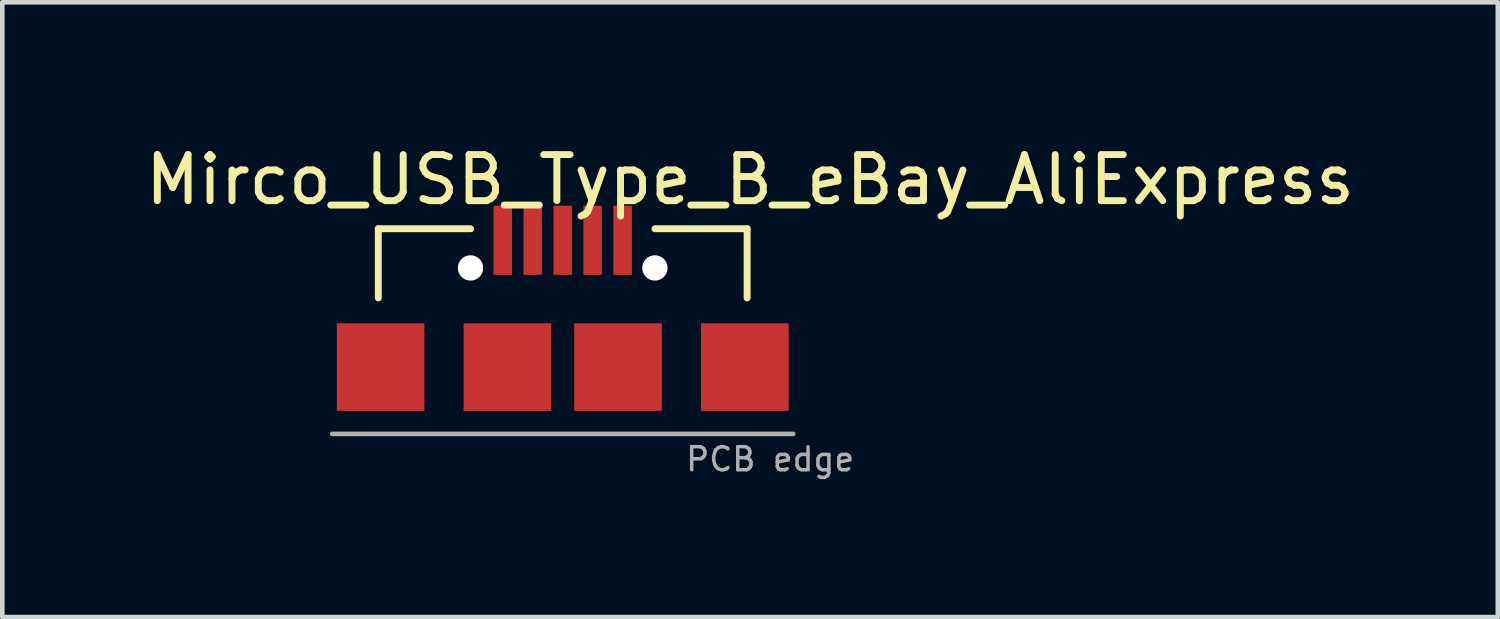
<source format=kicad_pcb>
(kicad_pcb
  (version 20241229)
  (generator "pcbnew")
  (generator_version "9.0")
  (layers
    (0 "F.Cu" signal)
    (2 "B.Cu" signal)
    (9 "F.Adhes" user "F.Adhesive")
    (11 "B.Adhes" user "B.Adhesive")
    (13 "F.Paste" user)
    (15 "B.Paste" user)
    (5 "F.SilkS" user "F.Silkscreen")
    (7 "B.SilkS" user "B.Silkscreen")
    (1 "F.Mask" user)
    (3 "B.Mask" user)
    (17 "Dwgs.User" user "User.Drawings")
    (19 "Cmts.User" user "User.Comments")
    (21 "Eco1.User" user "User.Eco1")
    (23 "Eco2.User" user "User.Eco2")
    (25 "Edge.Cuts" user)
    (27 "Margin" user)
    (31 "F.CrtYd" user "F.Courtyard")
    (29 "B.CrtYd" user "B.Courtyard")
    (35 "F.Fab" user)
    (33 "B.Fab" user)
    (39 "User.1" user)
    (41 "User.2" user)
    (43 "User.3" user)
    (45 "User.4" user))
  (footprint "Mirco_USB_Type_B_eBay_AliExpress"
    (layer "F.Cu")
    (at 9.156 4.912)
    (property "Reference" "Mirco_USB_Type_B_eBay_AliExpress" (at 4.064 -4.064 0) (layer "F.SilkS") (effects (font (size 1 1) (thickness 0.15))))
    (attr through_hole)
    (fp_line (start -4 -3) (end -2 -3) (stroke (width 0.15) (type solid)) (layer "F.SilkS"))
    (fp_line (start -4 -1.5) (end -4 -3) (stroke (width 0.15) (type solid)) (layer "F.SilkS"))
    (fp_line (start 2 -3) (end 4 -3) (stroke (width 0.15) (type solid)) (layer "F.SilkS"))
    (fp_line (start 4 -3) (end 4 -1.5) (stroke (width 0.15) (type solid)) (layer "F.SilkS"))
    (fp_line (start -5 1.45) (end 5 1.45) (stroke (width 0.1) (type solid)) (layer "F.Fab"))
    (fp_text user "PCB edge" (at 4.5 2 0) (layer "F.Fab") (effects (font (size 0.5 0.5) (thickness 0.075))))
    (pad "" np_thru_hole circle (at -2 -2.15) (size 0.55 0.55) (drill 0.55) (layers "*.Cu"))
    (pad "" np_thru_hole circle (at 2 -2.15) (size 0.55 0.55) (drill 0.55) (layers "*.Cu"))
    (pad "1" smd rect (at -1.3 -2.75) (size 0.4 1.5) (layers "F.Cu" "F.Mask" "F.Paste"))
    (pad "2" smd rect (at -0.65 -2.75) (size 0.4 1.5) (layers "F.Cu" "F.Mask" "F.Paste"))
    (pad "3" smd rect (at 0 -2.75) (size 0.4 1.5) (layers "F.Cu" "F.Mask" "F.Paste"))
    (pad "4" smd rect (at 0.65 -2.75) (size 0.4 1.5) (layers "F.Cu" "F.Mask" "F.Paste"))
    (pad "5" smd rect (at 1.3 -2.75) (size 0.4 1.5) (layers "F.Cu" "F.Mask" "F.Paste"))
    (pad "6" smd rect (at -3.95 0) (size 1.9 1.9) (layers "F.Cu" "F.Mask" "F.Paste"))
    (pad "6" smd rect (at -1.2 0) (size 1.9 1.9) (layers "F.Cu" "F.Mask" "F.Paste"))
    (pad "6" smd rect (at 1.2 0) (size 1.9 1.9) (layers "F.Cu" "F.Mask" "F.Paste"))
    (pad "6" smd rect (at 3.95 0) (size 1.9 1.9) (layers "F.Cu" "F.Mask" "F.Paste")))
  (gr_rect
    (start -3 -3)
    (end 29.44 10.336)
    (stroke (width 0.1) (type default))
    (fill no)
    (layer "Edge.Cuts")))
</source>
